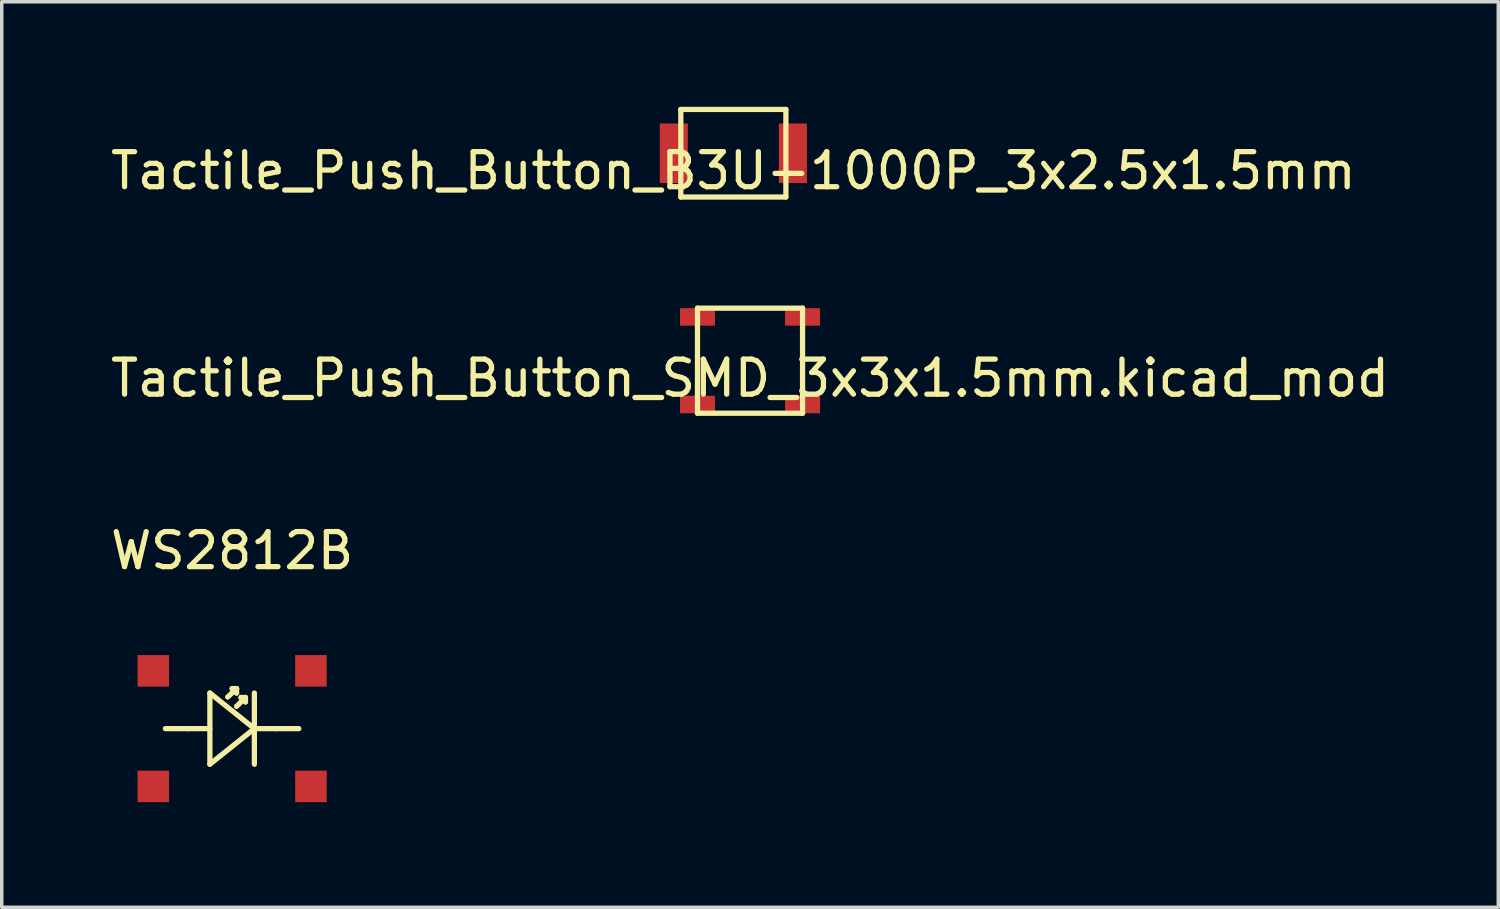
<source format=kicad_pcb>
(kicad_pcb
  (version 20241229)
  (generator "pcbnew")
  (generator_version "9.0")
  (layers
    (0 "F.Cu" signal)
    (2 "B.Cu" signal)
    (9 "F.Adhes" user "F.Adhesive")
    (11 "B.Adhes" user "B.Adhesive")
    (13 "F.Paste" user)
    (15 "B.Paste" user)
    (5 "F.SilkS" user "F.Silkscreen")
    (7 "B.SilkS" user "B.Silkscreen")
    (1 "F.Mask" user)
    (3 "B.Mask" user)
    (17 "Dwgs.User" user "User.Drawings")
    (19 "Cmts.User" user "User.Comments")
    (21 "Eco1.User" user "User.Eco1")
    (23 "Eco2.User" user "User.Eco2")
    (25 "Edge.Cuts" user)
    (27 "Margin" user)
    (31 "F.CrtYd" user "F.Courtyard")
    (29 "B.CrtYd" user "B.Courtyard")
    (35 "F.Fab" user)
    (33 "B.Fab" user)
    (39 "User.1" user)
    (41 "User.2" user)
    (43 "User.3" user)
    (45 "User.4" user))
  (footprint "WS2812B"
    (layer "F.Cu")
    (at 3.577 17.752)
    (property "Reference" "WS2812B" (at 0 -5.08 0) (layer "F.SilkS") (effects (font (size 1 1) (thickness 0.15))))
    (attr through_hole)
    (fp_line (start -1.27 0) (end -1.905 0) (stroke (width 0.15) (type solid)) (layer "F.SilkS"))
    (fp_line (start -0.635 -1.016) (end -0.635 1.016) (stroke (width 0.15) (type solid)) (layer "F.SilkS"))
    (fp_line (start -0.635 0) (end -1.27 0) (stroke (width 0.15) (type solid)) (layer "F.SilkS"))
    (fp_line (start -0.635 1.016) (end 0.635 0) (stroke (width 0.15) (type solid)) (layer "F.SilkS"))
    (fp_line (start -0.127 -0.902) (end 0.127 -1.143) (stroke (width 0.15) (type solid)) (layer "F.SilkS"))
    (fp_line (start 0 -1.143) (end 0.127 -1.143) (stroke (width 0.15) (type solid)) (layer "F.SilkS"))
    (fp_line (start 0.127 -1.143) (end 0.127 -1.016) (stroke (width 0.15) (type solid)) (layer "F.SilkS"))
    (fp_line (start 0.127 -1.016) (end 0 -1.143) (stroke (width 0.15) (type solid)) (layer "F.SilkS"))
    (fp_line (start 0.127 -0.635) (end 0.381 -0.889) (stroke (width 0.15) (type solid)) (layer "F.SilkS"))
    (fp_line (start 0.254 -0.889) (end 0.381 -0.762) (stroke (width 0.15) (type solid)) (layer "F.SilkS"))
    (fp_line (start 0.381 -0.889) (end 0.254 -0.889) (stroke (width 0.15) (type solid)) (layer "F.SilkS"))
    (fp_line (start 0.381 -0.762) (end 0.381 -0.889) (stroke (width 0.15) (type solid)) (layer "F.SilkS"))
    (fp_line (start 0.635 -1.016) (end 0.635 1.016) (stroke (width 0.15) (type solid)) (layer "F.SilkS"))
    (fp_line (start 0.635 0) (end -0.635 -1.016) (stroke (width 0.15) (type solid)) (layer "F.SilkS"))
    (fp_line (start 0.635 0) (end 1.27 0) (stroke (width 0.15) (type solid)) (layer "F.SilkS"))
    (fp_line (start 1.27 0) (end 1.905 0) (stroke (width 0.15) (type solid)) (layer "F.SilkS"))
    (pad "1" smd rect (at -2.25 -1.65) (size 0.9 0.9) (layers "F.Cu" "F.Mask" "F.Paste"))
    (pad "2" smd rect (at -2.25 1.65) (size 0.9 0.9) (layers "F.Cu" "F.Mask" "F.Paste"))
    (pad "3" smd rect (at 2.25 1.65) (size 0.9 0.9) (layers "F.Cu" "F.Mask" "F.Paste"))
    (pad "4" smd rect (at 2.25 -1.65) (size 0.9 0.9) (layers "F.Cu" "F.Mask" "F.Paste")))
  (footprint "Tactile_Push_Button_SMD_3x3x1.5mm.kicad_mod"
    (layer "F.Cu")
    (at 18.363 7.248)
    (property "Reference" "Tactile_Push_Button_SMD_3x3x1.5mm.kicad_mod" (at 0 0.5 0) (layer "F.SilkS") (effects (font (size 1 1) (thickness 0.15))))
    (attr through_hole)
    (fp_line (start -1.5 -1.5) (end -1.5 1.5) (stroke (width 0.15) (type solid)) (layer "F.SilkS"))
    (fp_line (start -1.5 -1.5) (end 1.5 -1.5) (stroke (width 0.15) (type solid)) (layer "F.SilkS"))
    (fp_line (start -1.5 1.5) (end 1.5 1.5) (stroke (width 0.15) (type solid)) (layer "F.SilkS"))
    (fp_line (start 1.5 1.5) (end 1.5 -1.5) (stroke (width 0.15) (type solid)) (layer "F.SilkS"))
    (pad "1" smd rect (at -1.5 -1.25) (size 1 0.5) (layers "F.Cu" "F.Mask" "F.Paste"))
    (pad "1" smd rect (at -1.5 1.25) (size 1 0.5) (layers "F.Cu" "F.Mask" "F.Paste"))
    (pad "2" smd rect (at 1.5 -1.25) (size 1 0.5) (layers "F.Cu" "F.Mask" "F.Paste"))
    (pad "2" smd rect (at 1.5 1.25) (size 1 0.5) (layers "F.Cu" "F.Mask" "F.Paste")))
  (footprint "Tactile_Push_Button_B3U-1000P_3x2.5x1.5mm"
    (layer "F.Cu")
    (at 17.887 1.325)
    (property "Reference" "Tactile_Push_Button_B3U-1000P_3x2.5x1.5mm" (at 0 0.5 0) (layer "F.SilkS") (effects (font (size 1 1) (thickness 0.15))))
    (attr through_hole)
    (fp_line (start -1.5 -1.25) (end -1.5 1.25) (stroke (width 0.15) (type solid)) (layer "F.SilkS"))
    (fp_line (start -1.5 -1.25) (end 1.5 -1.25) (stroke (width 0.15) (type solid)) (layer "F.SilkS"))
    (fp_line (start -1.5 1.25) (end 1.5 1.25) (stroke (width 0.15) (type solid)) (layer "F.SilkS"))
    (fp_line (start 1.5 -1.25) (end 1.5 1.25) (stroke (width 0.15) (type solid)) (layer "F.SilkS"))
    (pad "1" smd rect (at -1.7 0) (size 0.8 1.7) (layers "F.Cu" "F.Mask" "F.Paste"))
    (pad "2" smd rect (at 1.7 0) (size 0.8 1.7) (layers "F.Cu" "F.Mask" "F.Paste")))
  (gr_rect
    (start -3 -3)
    (end 39.726 22.852)
    (stroke (width 0.1) (type default))
    (fill no)
    (layer "Edge.Cuts")))
</source>
